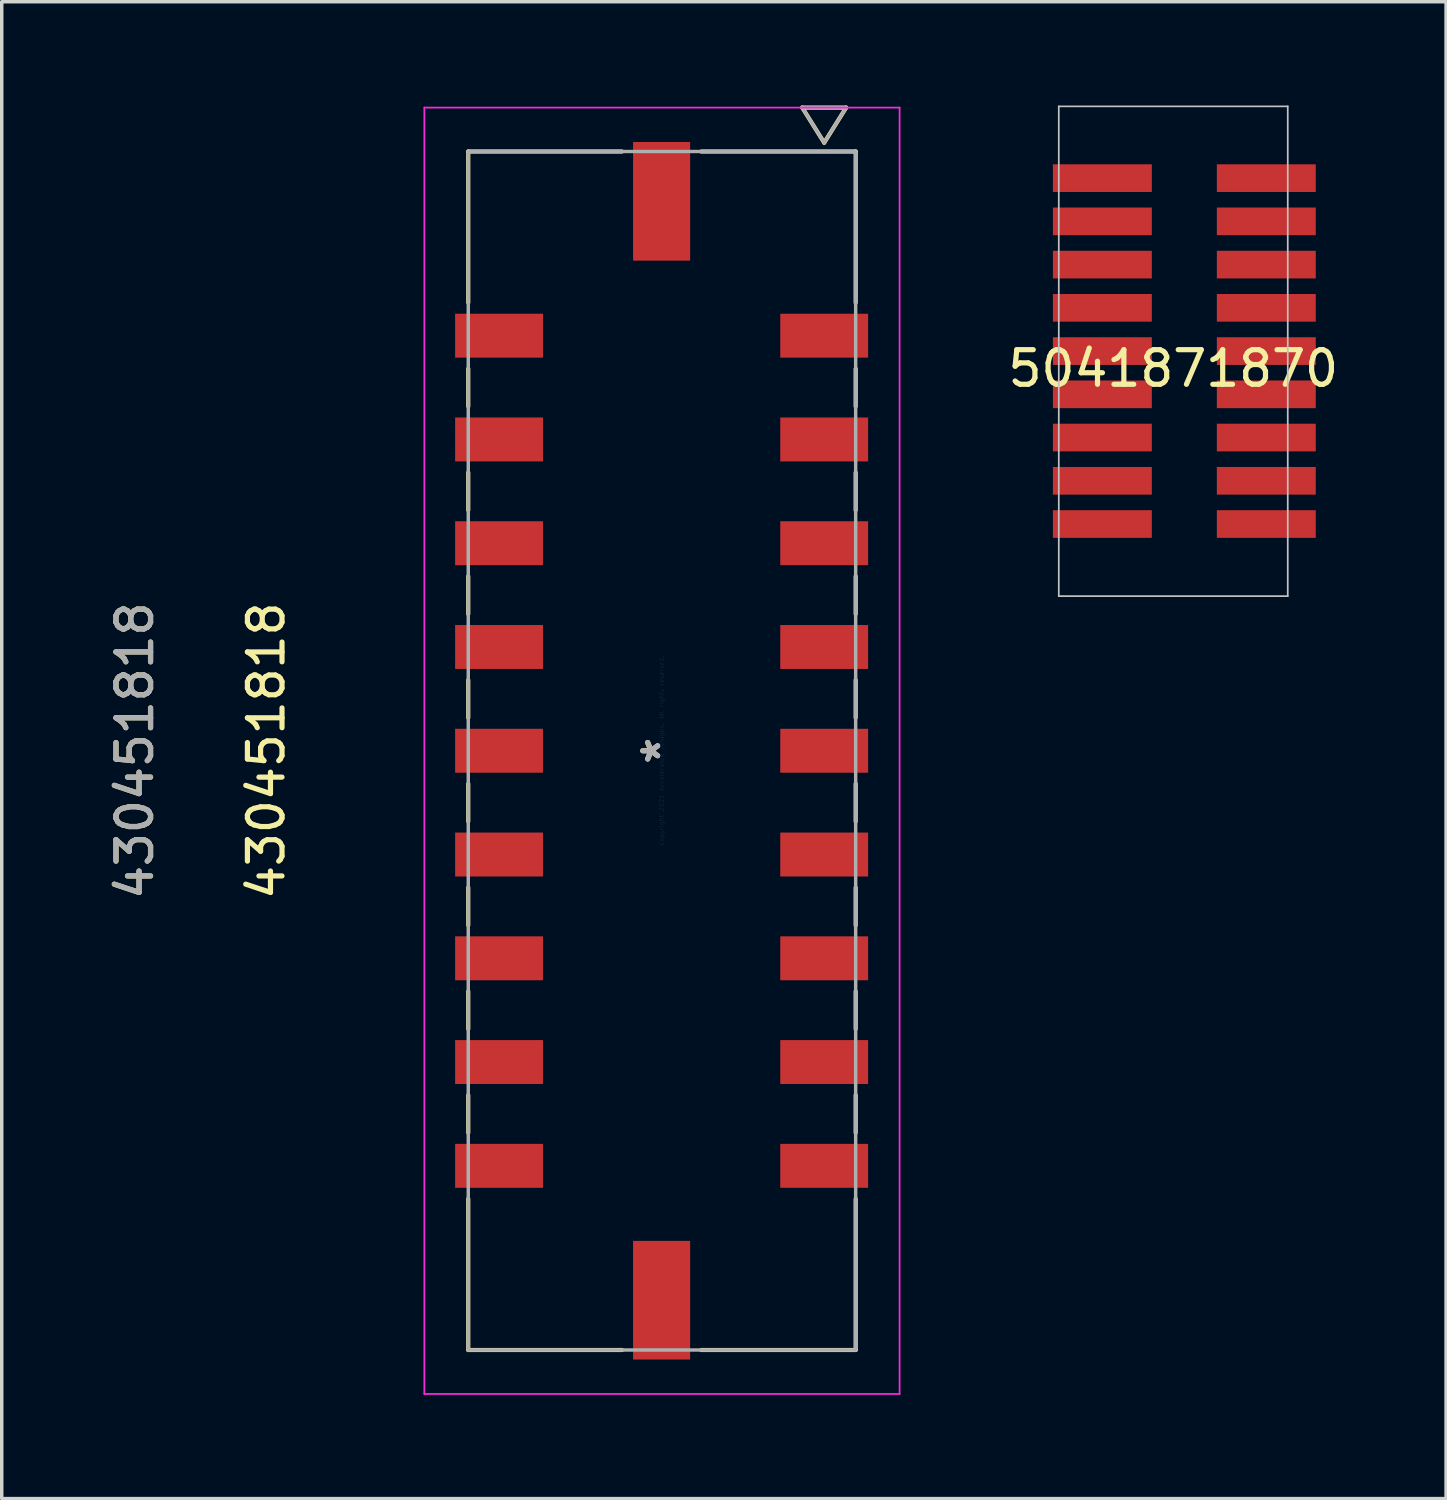
<source format=kicad_pcb>
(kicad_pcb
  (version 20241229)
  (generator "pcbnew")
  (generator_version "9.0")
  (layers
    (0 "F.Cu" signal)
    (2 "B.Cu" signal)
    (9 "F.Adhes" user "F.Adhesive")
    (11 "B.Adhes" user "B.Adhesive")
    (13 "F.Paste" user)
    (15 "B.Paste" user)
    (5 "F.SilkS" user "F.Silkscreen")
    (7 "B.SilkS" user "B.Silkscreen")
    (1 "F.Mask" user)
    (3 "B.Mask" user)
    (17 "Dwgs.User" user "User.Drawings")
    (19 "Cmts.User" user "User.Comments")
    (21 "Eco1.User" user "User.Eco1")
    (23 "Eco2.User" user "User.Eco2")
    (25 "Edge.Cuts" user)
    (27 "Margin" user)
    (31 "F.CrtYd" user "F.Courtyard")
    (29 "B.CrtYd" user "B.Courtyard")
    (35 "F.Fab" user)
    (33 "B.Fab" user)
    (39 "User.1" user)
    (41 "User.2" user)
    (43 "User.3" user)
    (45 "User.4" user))
  (footprint "5041871870"
    (layer "F.Cu")
    (at 30.87 7.105)
    (property "Reference" "5041871870" (at 0 0.5 0) (layer "F.SilkS") (effects (font (size 1 1) (thickness 0.15))))
    (attr through_hole)
    (fp_line (start -3.31 -7.08) (end -3.31 7.08) (stroke (width 0.05) (type solid)) (layer "Dwgs.User"))
    (fp_line (start -3.31 7.08) (end 3.31 7.08) (stroke (width 0.05) (type solid)) (layer "Dwgs.User"))
    (fp_line (start 3.31 -7.08) (end -3.31 -7.08) (stroke (width 0.05) (type solid)) (layer "Dwgs.User"))
    (fp_line (start 3.31 0) (end 3.31 -7.08) (stroke (width 0.05) (type solid)) (layer "Dwgs.User"))
    (fp_line (start 3.31 7.08) (end 3.31 0) (stroke (width 0.05) (type solid)) (layer "Dwgs.User"))
    (pad "1" smd rect (at -2.05 -5.005) (size 2.86 0.8) (layers "F.Cu" "F.Mask" "F.Paste"))
    (pad "1" smd rect (at -2.05 -3.755) (size 2.86 0.8) (layers "F.Cu" "F.Mask" "F.Paste"))
    (pad "1" smd rect (at -2.05 -2.505) (size 2.86 0.8) (layers "F.Cu" "F.Mask" "F.Paste"))
    (pad "1" smd rect (at -2.05 -1.255) (size 2.86 0.8) (layers "F.Cu" "F.Mask" "F.Paste"))
    (pad "1" smd rect (at -2.05 -0.005) (size 2.86 0.8) (layers "F.Cu" "F.Mask" "F.Paste"))
    (pad "1" smd rect (at -2.05 1.245) (size 2.86 0.8) (layers "F.Cu" "F.Mask" "F.Paste"))
    (pad "1" smd rect (at -2.05 2.495) (size 2.86 0.8) (layers "F.Cu" "F.Mask" "F.Paste"))
    (pad "1" smd rect (at -2.05 3.745) (size 2.86 0.8) (layers "F.Cu" "F.Mask" "F.Paste"))
    (pad "1" smd rect (at -2.05 4.995) (size 2.86 0.8) (layers "F.Cu" "F.Mask" "F.Paste"))
    (pad "1" smd rect (at 2.69 -5.005) (size 2.86 0.8) (layers "F.Cu" "F.Mask" "F.Paste"))
    (pad "1" smd rect (at 2.69 -3.755) (size 2.86 0.8) (layers "F.Cu" "F.Mask" "F.Paste"))
    (pad "1" smd rect (at 2.69 -2.505) (size 2.86 0.8) (layers "F.Cu" "F.Mask" "F.Paste"))
    (pad "1" smd rect (at 2.69 -1.255) (size 2.86 0.8) (layers "F.Cu" "F.Mask" "F.Paste"))
    (pad "1" smd rect (at 2.69 -0.005) (size 2.86 0.8) (layers "F.Cu" "F.Mask" "F.Paste"))
    (pad "1" smd rect (at 2.69 1.245) (size 2.86 0.8) (layers "F.Cu" "F.Mask" "F.Paste"))
    (pad "1" smd rect (at 2.69 2.495) (size 2.86 0.8) (layers "F.Cu" "F.Mask" "F.Paste"))
    (pad "1" smd rect (at 2.69 3.745) (size 2.86 0.8) (layers "F.Cu" "F.Mask" "F.Paste"))
    (pad "1" smd rect (at 2.69 4.995) (size 2.86 0.8) (layers "F.Cu" "F.Mask" "F.Paste")))
  (footprint "430451818"
    (layer "F.Cu")
    (at 15.824 18.655)
    (property "Reference" "430451818" (at -11.176 0 90) (layer "F.SilkS") (effects (font (size 1 1) (thickness 0.15))))
    (attr through_hole)
    (fp_line (start -5.336 -17.325) (end -5.336 -12.955) (stroke (width 0.12) (type solid)) (layer "F.SilkS"))
    (fp_line (start -5.336 -11.045) (end -5.336 -9.955) (stroke (width 0.12) (type solid)) (layer "F.SilkS"))
    (fp_line (start -5.336 -8.045) (end -5.336 -6.955) (stroke (width 0.12) (type solid)) (layer "F.SilkS"))
    (fp_line (start -5.336 -5.045) (end -5.336 -3.955) (stroke (width 0.12) (type solid)) (layer "F.SilkS"))
    (fp_line (start -5.336 -2.045) (end -5.336 -0.955) (stroke (width 0.12) (type solid)) (layer "F.SilkS"))
    (fp_line (start -5.336 0.955) (end -5.336 2.045) (stroke (width 0.12) (type solid)) (layer "F.SilkS"))
    (fp_line (start -5.336 3.955) (end -5.336 5.045) (stroke (width 0.12) (type solid)) (layer "F.SilkS"))
    (fp_line (start -5.336 6.955) (end -5.336 8.045) (stroke (width 0.12) (type solid)) (layer "F.SilkS"))
    (fp_line (start -5.336 9.955) (end -5.336 11.045) (stroke (width 0.12) (type solid)) (layer "F.SilkS"))
    (fp_line (start -5.336 12.955) (end -5.336 17.325) (stroke (width 0.12) (type solid)) (layer "F.SilkS"))
    (fp_line (start -5.336 17.325) (end -0.891 17.325) (stroke (width 0.12) (type solid)) (layer "F.SilkS"))
    (fp_line (start -0.891 -17.325) (end -5.336 -17.325) (stroke (width 0.12) (type solid)) (layer "F.SilkS"))
    (fp_line (start 1.399 17.325) (end 5.864 17.325) (stroke (width 0.12) (type solid)) (layer "F.SilkS"))
    (fp_line (start 4.319 -18.595) (end 5.589 -18.595) (stroke (width 0.12) (type solid)) (layer "F.SilkS"))
    (fp_line (start 4.954 -17.579) (end 4.319 -18.595) (stroke (width 0.12) (type solid)) (layer "F.SilkS"))
    (fp_line (start 5.589 -18.595) (end 4.954 -17.579) (stroke (width 0.12) (type solid)) (layer "F.SilkS"))
    (fp_line (start 5.864 -17.325) (end 1.399 -17.325) (stroke (width 0.12) (type solid)) (layer "F.SilkS"))
    (fp_line (start 5.864 -12.955) (end 5.864 -17.325) (stroke (width 0.12) (type solid)) (layer "F.SilkS"))
    (fp_line (start 5.864 -9.955) (end 5.864 -11.045) (stroke (width 0.12) (type solid)) (layer "F.SilkS"))
    (fp_line (start 5.864 -6.955) (end 5.864 -8.045) (stroke (width 0.12) (type solid)) (layer "F.SilkS"))
    (fp_line (start 5.864 -3.955) (end 5.864 -5.045) (stroke (width 0.12) (type solid)) (layer "F.SilkS"))
    (fp_line (start 5.864 -0.955) (end 5.864 -2.045) (stroke (width 0.12) (type solid)) (layer "F.SilkS"))
    (fp_line (start 5.864 2.045) (end 5.864 0.955) (stroke (width 0.12) (type solid)) (layer "F.SilkS"))
    (fp_line (start 5.864 5.045) (end 5.864 3.955) (stroke (width 0.12) (type solid)) (layer "F.SilkS"))
    (fp_line (start 5.864 8.045) (end 5.864 6.955) (stroke (width 0.12) (type solid)) (layer "F.SilkS"))
    (fp_line (start 5.864 11.045) (end 5.864 9.955) (stroke (width 0.12) (type solid)) (layer "F.SilkS"))
    (fp_line (start 5.864 17.325) (end 5.864 12.955) (stroke (width 0.12) (type solid)) (layer "F.SilkS"))
    (fp_line (start -6.606 -18.595) (end -6.606 18.595) (stroke (width 0.05) (type solid)) (layer "F.CrtYd"))
    (fp_line (start -6.606 18.595) (end 7.134 18.595) (stroke (width 0.05) (type solid)) (layer "F.CrtYd"))
    (fp_line (start 7.134 -18.595) (end -6.606 -18.595) (stroke (width 0.05) (type solid)) (layer "F.CrtYd"))
    (fp_line (start 7.134 18.595) (end 7.134 -18.595) (stroke (width 0.05) (type solid)) (layer "F.CrtYd"))
    (fp_line (start -5.336 -17.325) (end -5.336 17.325) (stroke (width 0.1) (type solid)) (layer "F.Fab"))
    (fp_line (start -5.336 17.325) (end 5.864 17.325) (stroke (width 0.1) (type solid)) (layer "F.Fab"))
    (fp_line (start 4.319 -18.595) (end 5.589 -18.595) (stroke (width 0.1) (type solid)) (layer "F.Fab"))
    (fp_line (start 4.954 -17.579) (end 4.319 -18.595) (stroke (width 0.1) (type solid)) (layer "F.Fab"))
    (fp_line (start 5.589 -18.595) (end 4.954 -17.579) (stroke (width 0.1) (type solid)) (layer "F.Fab"))
    (fp_line (start 5.864 -17.325) (end -5.336 -17.325) (stroke (width 0.1) (type solid)) (layer "F.Fab"))
    (fp_line (start 5.864 17.325) (end 5.864 -17.325) (stroke (width 0.1) (type solid)) (layer "F.Fab"))
    (fp_text user "*" (at 0.254 0 90) (layer "F.SilkS") (effects (font (size 1 1) (thickness 0.15))))
    (fp_text user "430451818" (at -14.976 0 90) (layer "F.SilkS") (effects (font (size 1 1) (thickness 0.15))))
    (fp_text user "Copyright 2021 Accelerated Designs. All rights reserved." (at 0.254 0 90) (layer "Cmts.User") (effects (font (size 0.127 0.127) (thickness 0.002))))
    (fp_text user "*" (at 0.254 0 90) (layer "F.Fab") (effects (font (size 1 1) (thickness 0.15))))
    (fp_text user "430451818" (at -14.976 0 90) (layer "F.Fab") (effects (font (size 1 1) (thickness 0.15))))
    (pad "1" smd rect (at 4.954 -12 90) (size 1.27 2.54) (layers "F.Cu" "F.Mask" "F.Paste"))
    (pad "2" smd rect (at 4.954 -9 90) (size 1.27 2.54) (layers "F.Cu" "F.Mask" "F.Paste"))
    (pad "3" smd rect (at 4.954 -6 90) (size 1.27 2.54) (layers "F.Cu" "F.Mask" "F.Paste"))
    (pad "4" smd rect (at 4.954 -3 90) (size 1.27 2.54) (layers "F.Cu" "F.Mask" "F.Paste"))
    (pad "5" smd rect (at 4.954 0 90) (size 1.27 2.54) (layers "F.Cu" "F.Mask" "F.Paste"))
    (pad "6" smd rect (at 4.954 3 90) (size 1.27 2.54) (layers "F.Cu" "F.Mask" "F.Paste"))
    (pad "7" smd rect (at 4.954 6 90) (size 1.27 2.54) (layers "F.Cu" "F.Mask" "F.Paste"))
    (pad "8" smd rect (at 4.954 9 90) (size 1.27 2.54) (layers "F.Cu" "F.Mask" "F.Paste"))
    (pad "9" smd rect (at 4.954 12 90) (size 1.27 2.54) (layers "F.Cu" "F.Mask" "F.Paste"))
    (pad "10" smd rect (at -4.446 -12 90) (size 1.27 2.54) (layers "F.Cu" "F.Mask" "F.Paste"))
    (pad "11" smd rect (at -4.446 -9 90) (size 1.27 2.54) (layers "F.Cu" "F.Mask" "F.Paste"))
    (pad "12" smd rect (at -4.446 -6 90) (size 1.27 2.54) (layers "F.Cu" "F.Mask" "F.Paste"))
    (pad "13" smd rect (at -4.446 -3 90) (size 1.27 2.54) (layers "F.Cu" "F.Mask" "F.Paste"))
    (pad "14" smd rect (at -4.446 0 90) (size 1.27 2.54) (layers "F.Cu" "F.Mask" "F.Paste"))
    (pad "15" smd rect (at -4.446 3 90) (size 1.27 2.54) (layers "F.Cu" "F.Mask" "F.Paste"))
    (pad "16" smd rect (at -4.446 6 90) (size 1.27 2.54) (layers "F.Cu" "F.Mask" "F.Paste"))
    (pad "17" smd rect (at -4.446 9 90) (size 1.27 2.54) (layers "F.Cu" "F.Mask" "F.Paste"))
    (pad "18" smd rect (at -4.446 12 90) (size 1.27 2.54) (layers "F.Cu" "F.Mask" "F.Paste"))
    (pad "S1" smd rect (at 0.254 -15.885 90) (size 3.43 1.65) (layers "F.Cu" "F.Mask" "F.Paste"))
    (pad "S2" smd rect (at 0.254 15.885 90) (size 3.43 1.65) (layers "F.Cu" "F.Mask" "F.Paste")))
  (gr_rect
    (start -3 -3)
    (end 38.757 40.275)
    (stroke (width 0.1) (type default))
    (fill no)
    (layer "Edge.Cuts")))
</source>
